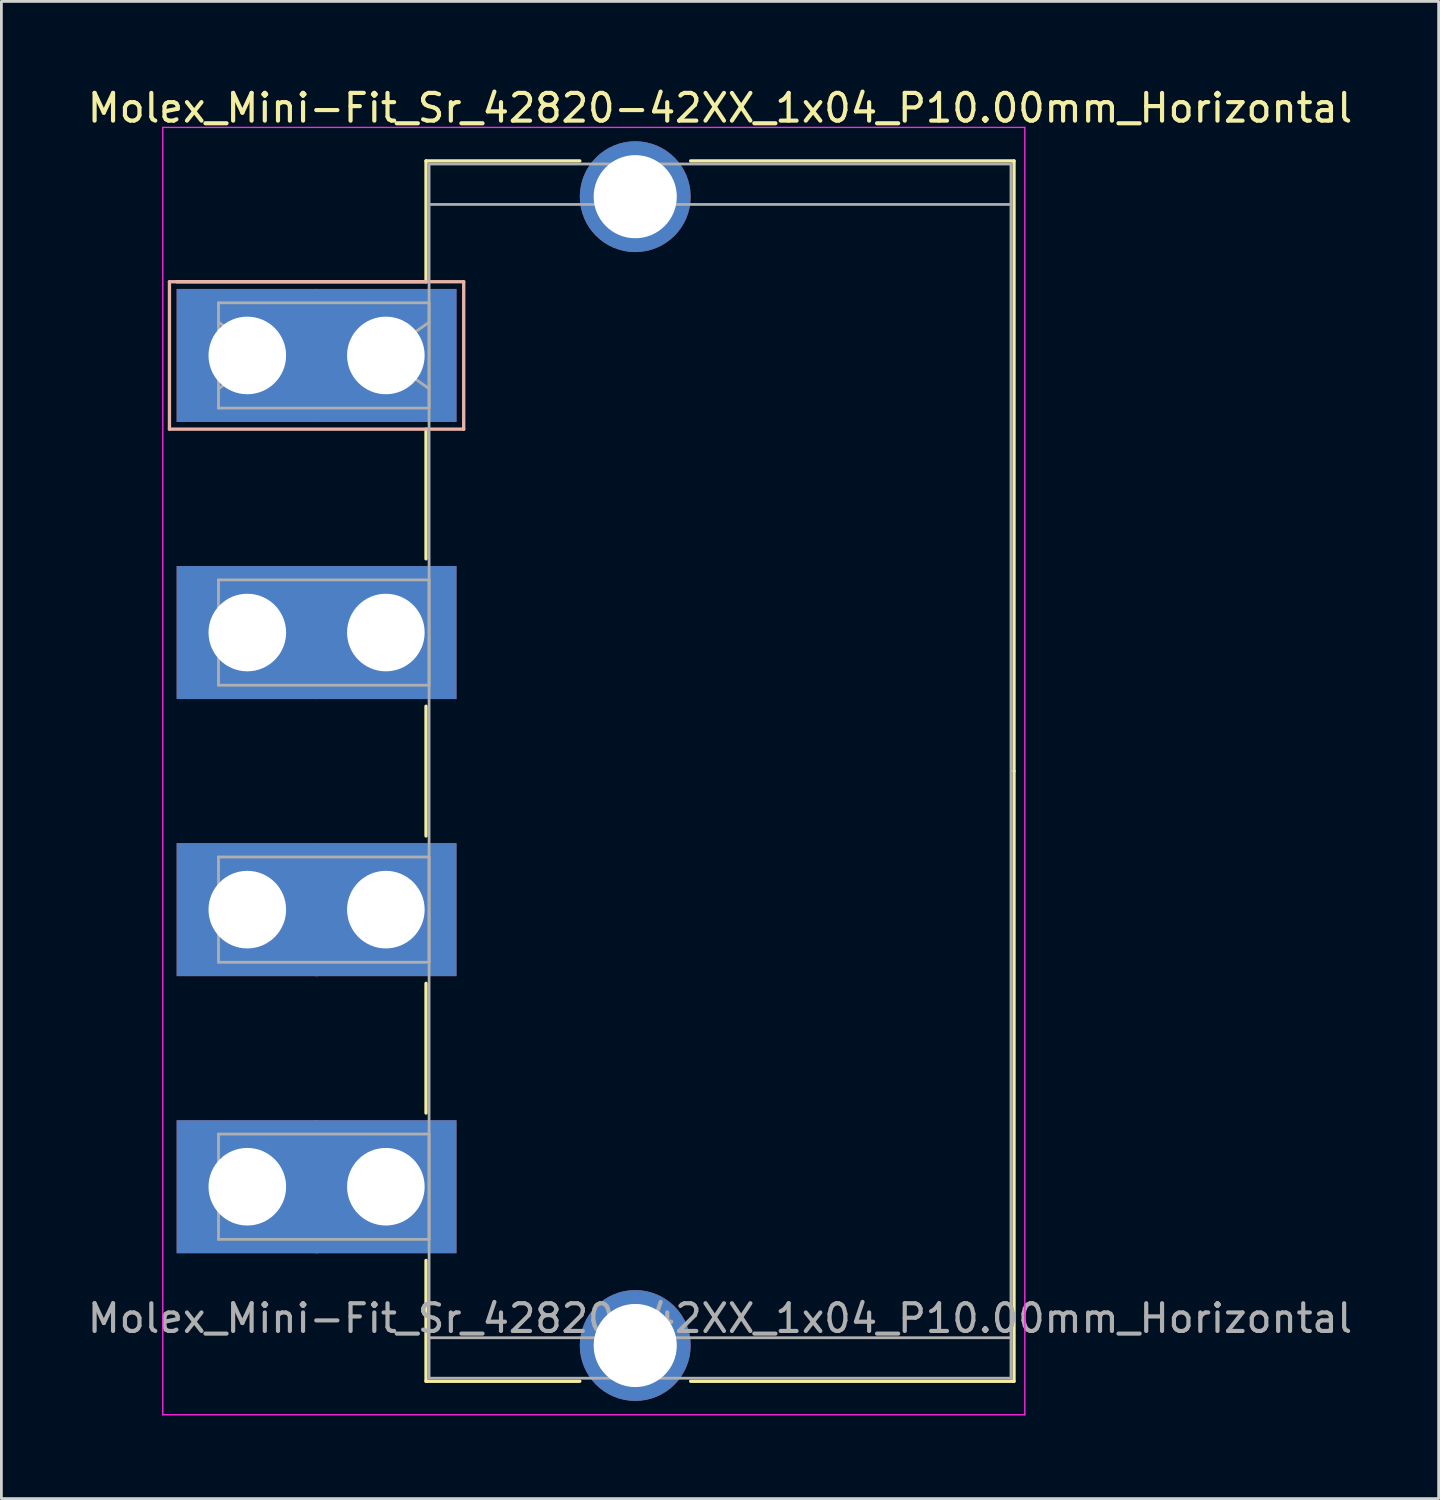
<source format=kicad_pcb>
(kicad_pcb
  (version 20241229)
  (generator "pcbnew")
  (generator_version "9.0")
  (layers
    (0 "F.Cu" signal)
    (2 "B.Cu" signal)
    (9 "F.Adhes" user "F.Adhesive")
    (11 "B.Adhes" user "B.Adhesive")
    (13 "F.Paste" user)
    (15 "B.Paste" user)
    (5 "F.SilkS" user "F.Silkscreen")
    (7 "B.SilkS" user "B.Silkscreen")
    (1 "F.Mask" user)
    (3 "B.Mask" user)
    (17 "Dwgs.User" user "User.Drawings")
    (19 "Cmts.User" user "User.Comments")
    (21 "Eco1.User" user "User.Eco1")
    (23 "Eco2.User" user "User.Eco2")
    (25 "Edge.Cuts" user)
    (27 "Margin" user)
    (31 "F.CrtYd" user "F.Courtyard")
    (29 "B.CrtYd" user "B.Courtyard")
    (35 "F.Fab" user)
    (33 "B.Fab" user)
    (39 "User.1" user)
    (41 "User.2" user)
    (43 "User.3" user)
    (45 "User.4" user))
  (footprint "Molex_Mini-Fit_Sr_42820-42XX_1x04_P10.00mm_Horizontal"
    (layer "F.Cu")
    (at 5.875 9.778)
    (property "Reference" "Molex_Mini-Fit_Sr_42820-42XX_1x04_P10.00mm_Horizontal" (at 17.06 -8.93 0) (layer "F.SilkS") (effects (font (size 1 1) (thickness 0.15))))
    (attr through_hole)
    (fp_line (start 6.45 -7.02) (end 12 -7.02) (stroke (width 0.12) (type solid)) (layer "F.SilkS"))
    (fp_line (start 6.45 -2.66) (end -2.55 -2.66) (stroke (width 0.12) (type solid)) (layer "F.SilkS"))
    (fp_line (start 6.45 -2.66) (end 6.45 -7.02) (stroke (width 0.12) (type solid)) (layer "F.SilkS"))
    (fp_line (start 6.45 2.66) (end 6.45 7.34) (stroke (width 0.12) (type solid)) (layer "F.SilkS"))
    (fp_line (start 6.45 12.66) (end 6.45 17.34) (stroke (width 0.12) (type solid)) (layer "F.SilkS"))
    (fp_line (start 6.45 22.66) (end 6.45 27.34) (stroke (width 0.12) (type solid)) (layer "F.SilkS"))
    (fp_line (start 6.45 32.66) (end 6.45 37.02) (stroke (width 0.12) (type solid)) (layer "F.SilkS"))
    (fp_line (start 6.45 37.02) (end 12 37.02) (stroke (width 0.12) (type solid)) (layer "F.SilkS"))
    (fp_line (start 16 -7.02) (end 27.67 -7.02) (stroke (width 0.12) (type solid)) (layer "F.SilkS"))
    (fp_line (start 16 37.02) (end 27.67 37.02) (stroke (width 0.12) (type solid)) (layer "F.SilkS"))
    (fp_line (start 27.67 -7.02) (end 27.67 15) (stroke (width 0.12) (type solid)) (layer "F.SilkS"))
    (fp_line (start 27.67 37.02) (end 27.67 15) (stroke (width 0.12) (type solid)) (layer "F.SilkS"))
    (fp_line (start -2.81 -2.66) (end -2.81 2.66) (stroke (width 0.12) (type solid)) (layer "B.SilkS"))
    (fp_line (start -2.81 2.66) (end 7.81 2.66) (stroke (width 0.12) (type solid)) (layer "B.SilkS"))
    (fp_line (start 7.81 -2.66) (end -2.81 -2.66) (stroke (width 0.12) (type solid)) (layer "B.SilkS"))
    (fp_line (start 7.81 2.66) (end 7.81 -2.66) (stroke (width 0.12) (type solid)) (layer "B.SilkS"))
    (fp_line (start -3.05 -8.23) (end -3.05 38.23) (stroke (width 0.05) (type solid)) (layer "F.CrtYd"))
    (fp_line (start -3.05 38.23) (end 28.06 38.23) (stroke (width 0.05) (type solid)) (layer "F.CrtYd"))
    (fp_line (start 28.06 -8.23) (end -3.05 -8.23) (stroke (width 0.05) (type solid)) (layer "F.CrtYd"))
    (fp_line (start 28.06 38.23) (end 28.06 -8.23) (stroke (width 0.05) (type solid)) (layer "F.CrtYd"))
    (fp_line (start -1.04 -1.9) (end 6.56 -1.9) (stroke (width 0.1) (type solid)) (layer "F.Fab"))
    (fp_line (start -1.04 -1.2) (end 0.657 0) (stroke (width 0.1) (type solid)) (layer "F.Fab"))
    (fp_line (start -1.04 1.9) (end -1.04 -1.9) (stroke (width 0.1) (type solid)) (layer "F.Fab"))
    (fp_line (start -1.04 8.1) (end 6.56 8.1) (stroke (width 0.1) (type solid)) (layer "F.Fab"))
    (fp_line (start -1.04 11.9) (end -1.04 8.1) (stroke (width 0.1) (type solid)) (layer "F.Fab"))
    (fp_line (start -1.04 18.1) (end 6.56 18.1) (stroke (width 0.1) (type solid)) (layer "F.Fab"))
    (fp_line (start -1.04 21.9) (end -1.04 18.1) (stroke (width 0.1) (type solid)) (layer "F.Fab"))
    (fp_line (start -1.04 28.1) (end 6.56 28.1) (stroke (width 0.1) (type solid)) (layer "F.Fab"))
    (fp_line (start -1.04 31.9) (end -1.04 28.1) (stroke (width 0.1) (type solid)) (layer "F.Fab"))
    (fp_line (start 0.657 0) (end -1.04 1.2) (stroke (width 0.1) (type solid)) (layer "F.Fab"))
    (fp_line (start 4.863 0) (end 6.56 1.2) (stroke (width 0.1) (type solid)) (layer "F.Fab"))
    (fp_line (start 6.56 -6.91) (end 6.56 36.91) (stroke (width 0.1) (type solid)) (layer "F.Fab"))
    (fp_line (start 6.56 -5.45) (end 27.56 -5.45) (stroke (width 0.1) (type solid)) (layer "F.Fab"))
    (fp_line (start 6.56 -1.9) (end 6.56 1.9) (stroke (width 0.1) (type solid)) (layer "F.Fab"))
    (fp_line (start 6.56 -1.2) (end 4.863 0) (stroke (width 0.1) (type solid)) (layer "F.Fab"))
    (fp_line (start 6.56 1.9) (end -1.04 1.9) (stroke (width 0.1) (type solid)) (layer "F.Fab"))
    (fp_line (start 6.56 8.1) (end 6.56 11.9) (stroke (width 0.1) (type solid)) (layer "F.Fab"))
    (fp_line (start 6.56 11.9) (end -1.04 11.9) (stroke (width 0.1) (type solid)) (layer "F.Fab"))
    (fp_line (start 6.56 18.1) (end 6.56 21.9) (stroke (width 0.1) (type solid)) (layer "F.Fab"))
    (fp_line (start 6.56 21.9) (end -1.04 21.9) (stroke (width 0.1) (type solid)) (layer "F.Fab"))
    (fp_line (start 6.56 28.1) (end 6.56 31.9) (stroke (width 0.1) (type solid)) (layer "F.Fab"))
    (fp_line (start 6.56 31.9) (end -1.04 31.9) (stroke (width 0.1) (type solid)) (layer "F.Fab"))
    (fp_line (start 6.56 35.45) (end 27.56 35.45) (stroke (width 0.1) (type solid)) (layer "F.Fab"))
    (fp_line (start 6.56 36.91) (end 27.56 36.91) (stroke (width 0.1) (type solid)) (layer "F.Fab"))
    (fp_line (start 27.56 -6.91) (end 6.56 -6.91) (stroke (width 0.1) (type solid)) (layer "F.Fab"))
    (fp_line (start 27.56 36.91) (end 27.56 -6.91) (stroke (width 0.1) (type solid)) (layer "F.Fab"))
    (fp_text user "${REFERENCE}" (at 17.06 34.75 0) (layer "F.Fab") (effects (font (size 1 1) (thickness 0.15))))
    (pad "" thru_hole circle (at 14 -5.73) (size 4 4) (drill 3) (layers "*.Cu" "*.Mask"))
    (pad "" thru_hole circle (at 14 35.73) (size 4 4) (drill 3) (layers "*.Cu" "*.Mask"))
    (pad "1" thru_hole rect (at 0 0) (size 5.1 4.8) (drill 2.8) (layers "*.Cu" "*.Mask"))
    (pad "1" thru_hole rect (at 5 0) (size 5.1 4.8) (drill 2.8) (layers "*.Cu" "*.Mask"))
    (pad "2" thru_hole rect (at 0 10) (size 5.1 4.8) (drill 2.8) (layers "*.Cu" "*.Mask"))
    (pad "2" thru_hole rect (at 5 10) (size 5.1 4.8) (drill 2.8) (layers "*.Cu" "*.Mask"))
    (pad "3" thru_hole rect (at 0 20) (size 5.1 4.8) (drill 2.8) (layers "*.Cu" "*.Mask"))
    (pad "3" thru_hole rect (at 5 20) (size 5.1 4.8) (drill 2.8) (layers "*.Cu" "*.Mask"))
    (pad "4" thru_hole rect (at 0 30) (size 5.1 4.8) (drill 2.8) (layers "*.Cu" "*.Mask"))
    (pad "4" thru_hole rect (at 5 30) (size 5.1 4.8) (drill 2.8) (layers "*.Cu" "*.Mask")))
  (gr_rect
    (start -3 -3)
    (end 48.869 51.033)
    (stroke (width 0.1) (type default))
    (fill no)
    (layer "Edge.Cuts")))
</source>
